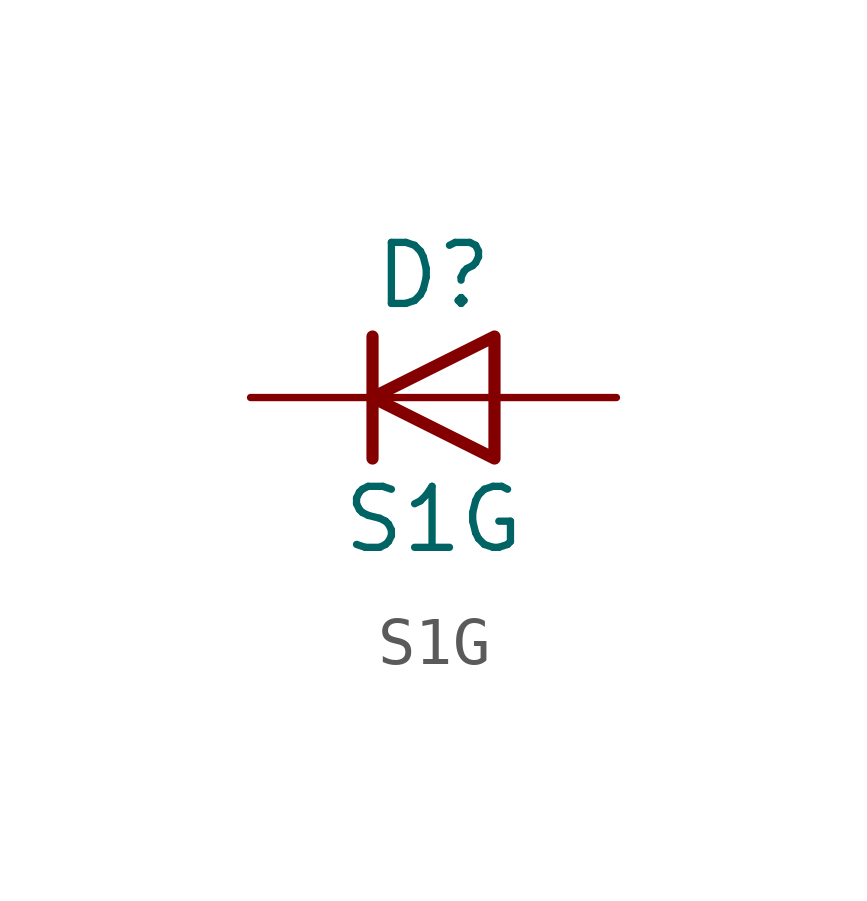
<source format=kicad_sym>
(kicad_symbol_lib
  (version 20231120)
  (generator "kicad_symbol_editor")
  (generator_version "8.0")
  (symbol "S1G"
    (pin_numbers hide)
    (pin_names
      (offset 1.016) hide)
    (property "Reference" "D"
      (at 0 2.54 0)
      (effects (font (size 1.27 1.27))))
    (property "Value" "S1G"
      (at 0 -2.54 0)
      (effects (font (size 1.27 1.27))))
    (symbol "S1G_0_1"
      (polyline (pts (xy -1.27 1.27) (xy -1.27 -1.27)) (stroke (width 0.254) (type default)) (fill (type none)))
      (polyline (pts (xy 1.27 0) (xy -1.27 0)) (stroke (width 0) (type default)) (fill (type none)))
      (polyline (pts (xy 1.27 1.27) (xy 1.27 -1.27) (xy -1.27 0) (xy 1.27 1.27)) (stroke (width 0.254) (type default)) (fill (type none))))
    (symbol "S1G_1_1"
      (pin passive line (at -3.81 0 0) (length 2.54) (name "K" (effects (font (size 1.27 1.27)))) (number "1" (effects (font (size 1.27 1.27)))))
      (pin passive line (at 3.81 0 180) (length 2.54) (name "A" (effects (font (size 1.27 1.27)))) (number "2" (effects (font (size 1.27 1.27))))))))
</source>
